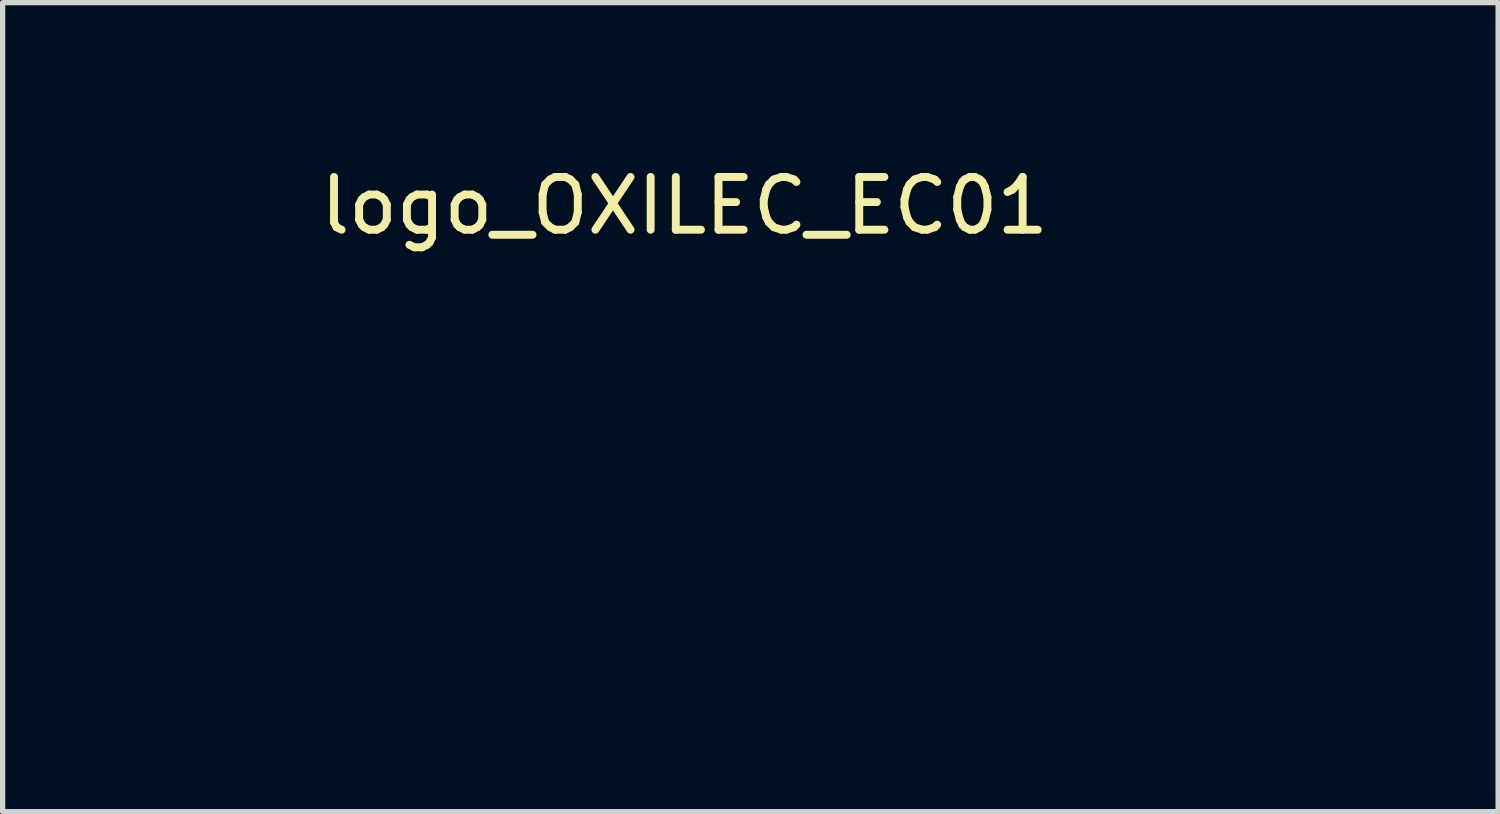
<source format=kicad_pcb>
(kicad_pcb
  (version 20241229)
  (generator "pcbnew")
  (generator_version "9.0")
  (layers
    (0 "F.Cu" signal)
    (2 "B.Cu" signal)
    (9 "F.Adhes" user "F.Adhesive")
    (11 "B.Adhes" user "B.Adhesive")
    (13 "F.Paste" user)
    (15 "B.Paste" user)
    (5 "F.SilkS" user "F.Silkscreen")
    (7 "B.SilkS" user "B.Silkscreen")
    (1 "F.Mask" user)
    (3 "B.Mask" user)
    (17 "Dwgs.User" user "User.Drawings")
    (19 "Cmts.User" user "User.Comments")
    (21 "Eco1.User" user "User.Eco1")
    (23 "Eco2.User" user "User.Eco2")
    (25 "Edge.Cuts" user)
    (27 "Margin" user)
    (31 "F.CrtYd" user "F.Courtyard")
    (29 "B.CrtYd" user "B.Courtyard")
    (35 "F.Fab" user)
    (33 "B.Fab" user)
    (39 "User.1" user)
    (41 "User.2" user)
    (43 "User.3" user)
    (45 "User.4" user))
  (footprint "logo_OXILEC_EC01"
    (layer "F.Cu")
    (at 10.652 6.278)
    (property "Reference" "logo_OXILEC_EC01" (at -0.73 -5.43 0) (layer "F.SilkS") (effects (font (size 1 1) (thickness 0.15))))
    (attr through_hole)
    (fp_line (start -10.577 -0.171) (end -10.577 0.049) (stroke (width 0.15) (type solid)) (layer "Eco1.User"))
    (fp_line (start -10.577 0.049) (end -9.775 0.049) (stroke (width 0.15) (type solid)) (layer "Eco1.User"))
    (fp_line (start -9.769 -0.171) (end -10.577 -0.171) (stroke (width 0.15) (type solid)) (layer "Eco1.User"))
    (fp_line (start -9.238 0.049) (end -8.157 0.049) (stroke (width 0.15) (type solid)) (layer "Eco1.User"))
    (fp_line (start -8.157 -0.611) (end -8.157 -0.171) (stroke (width 0.15) (type solid)) (layer "Eco1.User"))
    (fp_line (start -8.157 -0.171) (end -9.23 -0.171) (stroke (width 0.15) (type solid)) (layer "Eco1.User"))
    (fp_line (start -8.157 0.049) (end -8.157 0.489) (stroke (width 0.15) (type solid)) (layer "Eco1.User"))
    (fp_line (start -8.157 0.489) (end -7.937 0.489) (stroke (width 0.15) (type solid)) (layer "Eco1.User"))
    (fp_line (start -7.937 -0.611) (end -8.157 -0.611) (stroke (width 0.15) (type solid)) (layer "Eco1.User"))
    (fp_line (start -7.937 0.489) (end -7.937 -0.611) (stroke (width 0.15) (type solid)) (layer "Eco1.User"))
    (fp_line (start -7.717 -0.831) (end -7.717 0.709) (stroke (width 0.15) (type solid)) (layer "Eco1.User"))
    (fp_line (start -7.717 0.709) (end -7.497 0.709) (stroke (width 0.15) (type solid)) (layer "Eco1.User"))
    (fp_line (start -7.632 1.603) (end -7.372 1.603) (stroke (width 0.15) (type solid)) (layer "Eco1.User"))
    (fp_line (start -7.497 -0.831) (end -7.717 -0.831) (stroke (width 0.15) (type solid)) (layer "Eco1.User"))
    (fp_line (start -7.497 -0.489) (end -7.497 -0.831) (stroke (width 0.15) (type solid)) (layer "Eco1.User"))
    (fp_line (start -7.497 -0.22) (end -6.719 -0.765) (stroke (width 0.15) (type solid)) (layer "Eco1.User"))
    (fp_line (start -7.497 0.099) (end -7.497 -0.22) (stroke (width 0.15) (type solid)) (layer "Eco1.User"))
    (fp_line (start -7.497 0.368) (end -6.939 0.759) (stroke (width 0.15) (type solid)) (layer "Eco1.User"))
    (fp_line (start -7.497 0.709) (end -7.497 0.368) (stroke (width 0.15) (type solid)) (layer "Eco1.User"))
    (fp_line (start -7.372 -1.611) (end -7.632 -1.611) (stroke (width 0.15) (type solid)) (layer "Eco1.User"))
    (fp_line (start -7.372 2.14) (end -7.632 2.14) (stroke (width 0.15) (type solid)) (layer "Eco1.User"))
    (fp_line (start -6.939 -2.988) (end -6.719 -2.988) (stroke (width 0.15) (type solid)) (layer "Eco1.User"))
    (fp_line (start -6.939 -2.107) (end -6.939 -2.988) (stroke (width 0.15) (type solid)) (layer "Eco1.User"))
    (fp_line (start -6.939 -1.551) (end -6.939 -0.88) (stroke (width 0.15) (type solid)) (layer "Eco1.User"))
    (fp_line (start -6.939 -0.88) (end -7.497 -0.489) (stroke (width 0.15) (type solid)) (layer "Eco1.User"))
    (fp_line (start -6.939 0.759) (end -6.939 1.543) (stroke (width 0.15) (type solid)) (layer "Eco1.User"))
    (fp_line (start -6.939 2.095) (end -6.939 2.976) (stroke (width 0.15) (type solid)) (layer "Eco1.User"))
    (fp_line (start -6.939 2.976) (end -6.719 2.976) (stroke (width 0.15) (type solid)) (layer "Eco1.User"))
    (fp_line (start -6.719 -2.988) (end -6.719 -2.049) (stroke (width 0.15) (type solid)) (layer "Eco1.User"))
    (fp_line (start -6.719 -0.765) (end -6.719 -1.472) (stroke (width 0.15) (type solid)) (layer "Eco1.User"))
    (fp_line (start -6.719 0.644) (end -7.497 0.099) (stroke (width 0.15) (type solid)) (layer "Eco1.User"))
    (fp_line (start -6.719 1.464) (end -6.719 0.644) (stroke (width 0.15) (type solid)) (layer "Eco1.User"))
    (fp_line (start -6.719 2.976) (end -6.719 2.038) (stroke (width 0.15) (type solid)) (layer "Eco1.User"))
    (fp_line (start -5.048 -1.803) (end -3.601 -0.016) (stroke (width 0.15) (type solid)) (layer "Eco1.User"))
    (fp_line (start -4.976 1.698) (end -4.206 1.698) (stroke (width 0.15) (type solid)) (layer "Eco1.User"))
    (fp_line (start -4.261 -1.803) (end -5.048 -1.803) (stroke (width 0.15) (type solid)) (layer "Eco1.User"))
    (fp_line (start -4.206 1.698) (end -3.16 0.388) (stroke (width 0.15) (type solid)) (layer "Eco1.User"))
    (fp_line (start -3.601 -0.016) (end -4.976 1.698) (stroke (width 0.15) (type solid)) (layer "Eco1.User"))
    (fp_line (start -3.16 -0.441) (end -4.261 -1.803) (stroke (width 0.15) (type solid)) (layer "Eco1.User"))
    (fp_line (start -3.16 0.388) (end -3.023 0.181) (stroke (width 0.15) (type solid)) (layer "Eco1.User"))
    (fp_line (start -3.011 -0.208) (end -3.16 -0.441) (stroke (width 0.15) (type solid)) (layer "Eco1.User"))
    (fp_line (start -2.84 0.181) (end -2.703 0.388) (stroke (width 0.15) (type solid)) (layer "Eco1.User"))
    (fp_line (start -2.703 -0.441) (end -2.852 -0.208) (stroke (width 0.15) (type solid)) (layer "Eco1.User"))
    (fp_line (start -2.703 0.388) (end -1.657 1.698) (stroke (width 0.15) (type solid)) (layer "Eco1.User"))
    (fp_line (start -2.259 -0.016) (end -0.815 -1.803) (stroke (width 0.15) (type solid)) (layer "Eco1.User"))
    (fp_line (start -1.657 1.698) (end -0.887 1.698) (stroke (width 0.15) (type solid)) (layer "Eco1.User"))
    (fp_line (start -1.608 -1.803) (end -2.703 -0.441) (stroke (width 0.15) (type solid)) (layer "Eco1.User"))
    (fp_line (start -0.887 1.698) (end -2.259 -0.016) (stroke (width 0.15) (type solid)) (layer "Eco1.User"))
    (fp_line (start -0.815 -1.803) (end -1.608 -1.803) (stroke (width 0.15) (type solid)) (layer "Eco1.User"))
    (fp_line (start -0.274 -1.803) (end 0.333 -1.803) (stroke (width 0.15) (type solid)) (layer "Eco1.User"))
    (fp_line (start -0.274 1.698) (end -0.274 -1.803) (stroke (width 0.15) (type solid)) (layer "Eco1.User"))
    (fp_line (start -0.274 1.698) (end -0.274 1.698) (stroke (width 0.15) (type solid)) (layer "Eco1.User"))
    (fp_line (start 0.333 -1.803) (end 0.333 1.698) (stroke (width 0.15) (type solid)) (layer "Eco1.User"))
    (fp_line (start 0.333 1.698) (end -0.274 1.698) (stroke (width 0.15) (type solid)) (layer "Eco1.User"))
    (fp_line (start 0.999 -1.803) (end 0.999 1.698) (stroke (width 0.15) (type solid)) (layer "Eco1.User"))
    (fp_line (start 0.999 1.698) (end 4.018 1.698) (stroke (width 0.15) (type solid)) (layer "Eco1.User"))
    (fp_line (start 1.609 -1.803) (end 0.999 -1.803) (stroke (width 0.15) (type solid)) (layer "Eco1.User"))
    (fp_line (start 1.609 1.088) (end 1.609 -1.803) (stroke (width 0.15) (type solid)) (layer "Eco1.User"))
    (fp_line (start 4.018 1.088) (end 1.609 1.088) (stroke (width 0.15) (type solid)) (layer "Eco1.User"))
    (fp_line (start 4.018 1.698) (end 4.018 1.088) (stroke (width 0.15) (type solid)) (layer "Eco1.User"))
    (fp_line (start 4.474 -1.803) (end 4.474 1.698) (stroke (width 0.15) (type solid)) (layer "Eco1.User"))
    (fp_line (start 4.474 1.698) (end 7.496 1.698) (stroke (width 0.15) (type solid)) (layer "Eco1.User"))
    (fp_line (start 5.081 -1.193) (end 7.496 -1.193) (stroke (width 0.15) (type solid)) (layer "Eco1.User"))
    (fp_line (start 5.081 1.088) (end 5.081 -1.193) (stroke (width 0.15) (type solid)) (layer "Eco1.User"))
    (fp_line (start 5.34 -0.382) (end 5.34 0.228) (stroke (width 0.15) (type solid)) (layer "Eco1.User"))
    (fp_line (start 5.34 0.228) (end 7.339 0.228) (stroke (width 0.15) (type solid)) (layer "Eco1.User"))
    (fp_line (start 7.339 -0.382) (end 5.34 -0.382) (stroke (width 0.15) (type solid)) (layer "Eco1.User"))
    (fp_line (start 7.339 0.228) (end 7.339 -0.382) (stroke (width 0.15) (type solid)) (layer "Eco1.User"))
    (fp_line (start 7.496 -1.803) (end 4.474 -1.803) (stroke (width 0.15) (type solid)) (layer "Eco1.User"))
    (fp_line (start 7.496 -1.193) (end 7.496 -1.803) (stroke (width 0.15) (type solid)) (layer "Eco1.User"))
    (fp_line (start 7.496 1.088) (end 5.081 1.088) (stroke (width 0.15) (type solid)) (layer "Eco1.User"))
    (fp_line (start 7.496 1.698) (end 7.496 1.088) (stroke (width 0.15) (type solid)) (layer "Eco1.User"))
    (fp_line (start 9.81 -1.83) (end 11.6 -1.81) (stroke (width 0.15) (type solid)) (layer "Eco1.User"))
    (fp_line (start 10.73 1.09) (end 9.86 1.09) (stroke (width 0.15) (type solid)) (layer "Eco1.User"))
    (fp_line (start 10.73 -1.193) (end 9.864 -1.193) (stroke (width 0.15) (type solid)) (layer "Eco1.User"))
    (fp_line (start 10.75 -1.19) (end 11.6 -1.19) (stroke (width 0.15) (type solid)) (layer "Eco1.User"))
    (fp_line (start 10.75 1.09) (end 11.61 1.09) (stroke (width 0.15) (type solid)) (layer "Eco1.User"))
    (fp_line (start 11.6 -1.5) (end 11.6 -1.2) (stroke (width 0.15) (type solid)) (layer "Eco1.User"))
    (fp_line (start 11.6 1.72) (end 9.85 1.72) (stroke (width 0.15) (type solid)) (layer "Eco1.User"))
    (fp_line (start 11.61 -1.5) (end 11.606 -1.803) (stroke (width 0.15) (type solid)) (layer "Eco1.User"))
    (fp_line (start 11.61 1.09) (end 11.61 1.42) (stroke (width 0.15) (type solid)) (layer "Eco1.User"))
    (fp_line (start 11.61 1.4) (end 11.606 1.698) (stroke (width 0.15) (type solid)) (layer "Eco1.User"))
    (fp_arc (start -9.769367 -0.170543) (mid -9.087889 -1.577512) (end -7.632205 -2.147563) (stroke (width 0.15) (type solid)) (layer "Eco1.User"))
    (fp_arc (start -9.230262 -0.170543) (mid -8.707804 -1.197497) (end -7.632205 -1.610636) (stroke (width 0.15) (type solid)) (layer "Eco1.User"))
    (fp_arc (start -7.632205 -2.147563) (mid -7.282495 -2.163716) (end -6.934742 -2.123397) (stroke (width 0.15) (type solid)) (layer "Eco1.User"))
    (fp_arc (start -7.632204 1.602806) (mid -8.749298 1.150925) (end -9.238039 0.049458) (stroke (width 0.15) (type solid)) (layer "Eco1.User"))
    (fp_arc (start -7.632204 2.139733) (mid -9.129004 1.530628) (end -9.775188 0.049458) (stroke (width 0.15) (type solid)) (layer "Eco1.User"))
    (fp_arc (start -7.372436 -1.610635) (mid -7.153558 -1.595657) (end -6.93876 -1.551001) (stroke (width 0.15) (type solid)) (layer "Eco1.User"))
    (fp_arc (start -6.93876 1.543172) (mid -7.153558 1.587828) (end -7.372436 1.602806) (stroke (width 0.15) (type solid)) (layer "Eco1.User"))
    (fp_arc (start -6.93876 2.095407) (mid -7.154468 2.128623) (end -7.372436 2.139733) (stroke (width 0.15) (type solid)) (layer "Eco1.User"))
    (fp_arc (start -6.71876 -2.045467) (mid -5.228788 -0.003915) (end -6.71876 2.037637) (stroke (width 0.15) (type solid)) (layer "Eco1.User"))
    (fp_arc (start -6.71876 -1.471655) (mid -5.765715 -0.003915) (end -6.71876 1.463825) (stroke (width 0.15) (type solid)) (layer "Eco1.User"))
    (fp_arc (start -3.011487 -0.208057) (mid -2.976676 -0.012156) (end -3.02311 0.18132) (stroke (width 0.15) (type solid)) (layer "Eco1.User"))
    (fp_arc (start -2.840045 0.18132) (mid -2.892157 -0.011986) (end -2.851668 -0.208057) (stroke (width 0.15) (type solid)) (layer "Eco1.User"))
    (fp_arc (start 9.835223 1.079731) (mid 8.720067 -0.072389) (end 9.86 -1.2) (stroke (width 0.15) (type solid)) (layer "Eco1.User"))
    (fp_arc (start 9.870001 1.720423) (mid 8.089725 -0.024999) (end 9.820001 -1.819999) (stroke (width 0.15) (type solid)) (layer "Eco1.User"))
    (fp_poly (pts (xy -0.274 -1.803) (xy 0.333 -1.803) (xy 0.333 1.698) (xy -0.274 1.698)) (stroke (width 0.1) (type solid)) (fill no) (layer "Eco1.User"))
    (fp_poly (pts (xy 5.34 -0.382) (xy 7.339 -0.382) (xy 7.339 0.228) (xy 5.34 0.228)) (stroke (width 0.1) (type solid)) (fill no) (layer "Eco1.User"))
    (fp_poly (pts (xy -7.668 -0.767) (xy -7.65 0.65) (xy -7.546 0.632) (xy -7.559 -0.765) (xy -7.666 -0.765)) (stroke (width 0.1) (type solid)) (fill no) (layer "Eco1.User"))
    (fp_poly (pts (xy -6.876 2.042) (xy -6.876 2.918) (xy -6.764 2.918) (xy -6.767 2.06) (xy -6.871 2.045)) (stroke (width 0.1) (type solid)) (fill no) (layer "Eco1.User"))
    (fp_poly (pts (xy -6.873 -2.918) (xy -6.873 -2.022) (xy -6.772 -2.024) (xy -6.787 -2.926) (xy -6.881 -2.916)) (stroke (width 0.1) (type solid)) (fill no) (layer "Eco1.User"))
    (fp_poly (pts (xy -10.475 -0.112) (xy -9.731 -0.119) (xy -9.723 0.038) (xy -10.546 0.01) (xy -10.533 -0.094) (xy -10.472 -0.112)) (stroke (width 0.1) (type solid)) (fill no) (layer "Eco1.User"))
    (fp_poly (pts (xy 0.999 -1.803) (xy 0.999 1.698) (xy 4.018 1.698) (xy 4.018 1.088) (xy 1.609 1.088) (xy 1.609 -1.803)) (stroke (width 0.1) (type solid)) (fill no) (layer "Eco1.User"))
    (fp_poly (pts (xy -7.526 -0.457) (xy -7.518 -0.284) (xy -6.774 -0.798) (xy -6.759 -1.613) (xy -6.939 -1.608) (xy -6.881 -0.856) (xy -7.518 -0.447)) (stroke (width 0.1) (type solid)) (fill no) (layer "Eco1.User"))
    (fp_poly (pts (xy -5.048 -1.803) (xy -4.261 -1.803) (xy -3.011 -0.208) (xy -3.023 0.181) (xy -4.206 1.698) (xy -4.976 1.698) (xy -3.601 -0.016)) (stroke (width 0.1) (type solid)) (fill no) (layer "Eco1.User"))
    (fp_poly (pts (xy -1.608 -1.803) (xy -0.815 -1.803) (xy -2.259 -0.016) (xy -0.887 1.698) (xy -1.657 1.698) (xy -2.84 0.181) (xy -2.852 -0.208)) (stroke (width 0.1) (type solid)) (fill no) (layer "Eco1.User"))
    (fp_poly (pts (xy -7.511 0.191) (xy -7.503 0.318) (xy -6.886 0.719) (xy -6.886 1.572) (xy -6.716 1.544) (xy -6.787 0.686) (xy -7.496 0.157) (xy -7.511 0.203)) (stroke (width 0.1) (type solid)) (fill no) (layer "Eco1.User"))
    (fp_poly (pts (xy 7.496 -1.803) (xy 4.474 -1.803) (xy 4.474 1.698) (xy 7.496 1.698) (xy 7.496 1.088) (xy 5.081 1.088) (xy 5.081 -1.193) (xy 7.496 -1.193)) (stroke (width 0.1) (type solid)) (fill no) (layer "Eco1.User"))
    (fp_poly (pts (xy -9.215 -0.16) (xy -8.125 -0.127) (xy -8.09 -0.536) (xy -7.998 -0.551) (xy -8.011 0.401) (xy -8.103 0.439) (xy -8.12 0.015) (xy -9.21 -0.013) (xy -9.21 -0.152)) (stroke (width 0.1) (type solid)) (fill no) (layer "Eco1.User"))
    (fp_poly (pts (xy -9.776 -0.071) (xy -9.256 -0.048) (xy -9.248 -0.33) (xy -9.101 -0.785) (xy -8.776 -1.24) (xy -8.293 -1.534) (xy -7.742 -1.656) (xy -7.066 -1.631) (xy -6.198 -1.176) (xy -5.845 -0.658) (xy -5.712 -0.036) (xy -5.707 0.003) (xy -5.258 0.003) (xy -5.367 -0.635) (xy -5.682 -1.26) (xy -6.132 -1.702) (xy -6.706 -1.989) (xy -6.998 -2.085) (xy -7.625 -2.116) (xy -8.405 -1.951) (xy -9.035 -1.593) (xy -9.474 -1.021) (xy -9.67 -0.579) (xy -9.771 -0.066)) (stroke (width 0.1) (type solid)) (fill no) (layer "Eco1.User"))
    (fp_poly (pts (xy -9.726 -0.025) (xy -9.299 -0.015) (xy -9.284 0.218) (xy -9.195 0.572) (xy -9.022 0.914) (xy -8.816 1.176) (xy -8.448 1.453) (xy -7.948 1.636) (xy -7.46 1.666) (xy -6.863 1.587) (xy -6.256 1.237) (xy -5.946 0.874) (xy -5.753 0.401) (xy -5.715 0.023) (xy -5.271 0.03) (xy -5.283 0.315) (xy -5.458 0.861) (xy -5.71 1.278) (xy -6.071 1.648) (xy -6.655 1.976) (xy -7.094 2.078) (xy -7.948 2.09) (xy -8.684 1.847) (xy -9.2 1.405) (xy -9.53 0.899) (xy -9.667 0.465) (xy -9.728 -0.023)) (stroke (width 0.1) (type solid)) (fill no) (layer "Eco1.User"))
    (fp_poly (pts (xy 11.562 -1.76) (xy 11.554 -1.257) (xy 9.865 -1.255) (xy 9.52 -1.217) (xy 9.177 -1.059) (xy 8.849 -0.714) (xy 8.687 -0.305) (xy 8.659 0.028) (xy 8.725 0.32) (xy 8.88 0.625) (xy 9.073 0.851) (xy 9.428 1.077) (xy 9.949 1.163) (xy 10.579 1.148) (xy 11.557 1.158) (xy 11.537 1.676) (xy 10.902 1.669) (xy 9.736 1.656) (xy 9.342 1.587) (xy 8.735 1.28) (xy 8.453 0.922) (xy 8.245 0.561) (xy 8.171 0.229) (xy 8.148 -0.104) (xy 8.202 -0.516) (xy 8.357 -0.866) (xy 8.618 -1.234) (xy 8.926 -1.491) (xy 9.258 -1.659) (xy 9.497 -1.722) (xy 9.835 -1.768) (xy 10.462 -1.763) (xy 11.565 -1.76)) (stroke (width 0.1) (type solid)) (fill no) (layer "Eco1.User")))
  (gr_rect
    (start -3 -3)
    (end 25.337 12.329)
    (stroke (width 0.1) (type default))
    (fill no)
    (layer "Edge.Cuts")))
</source>
